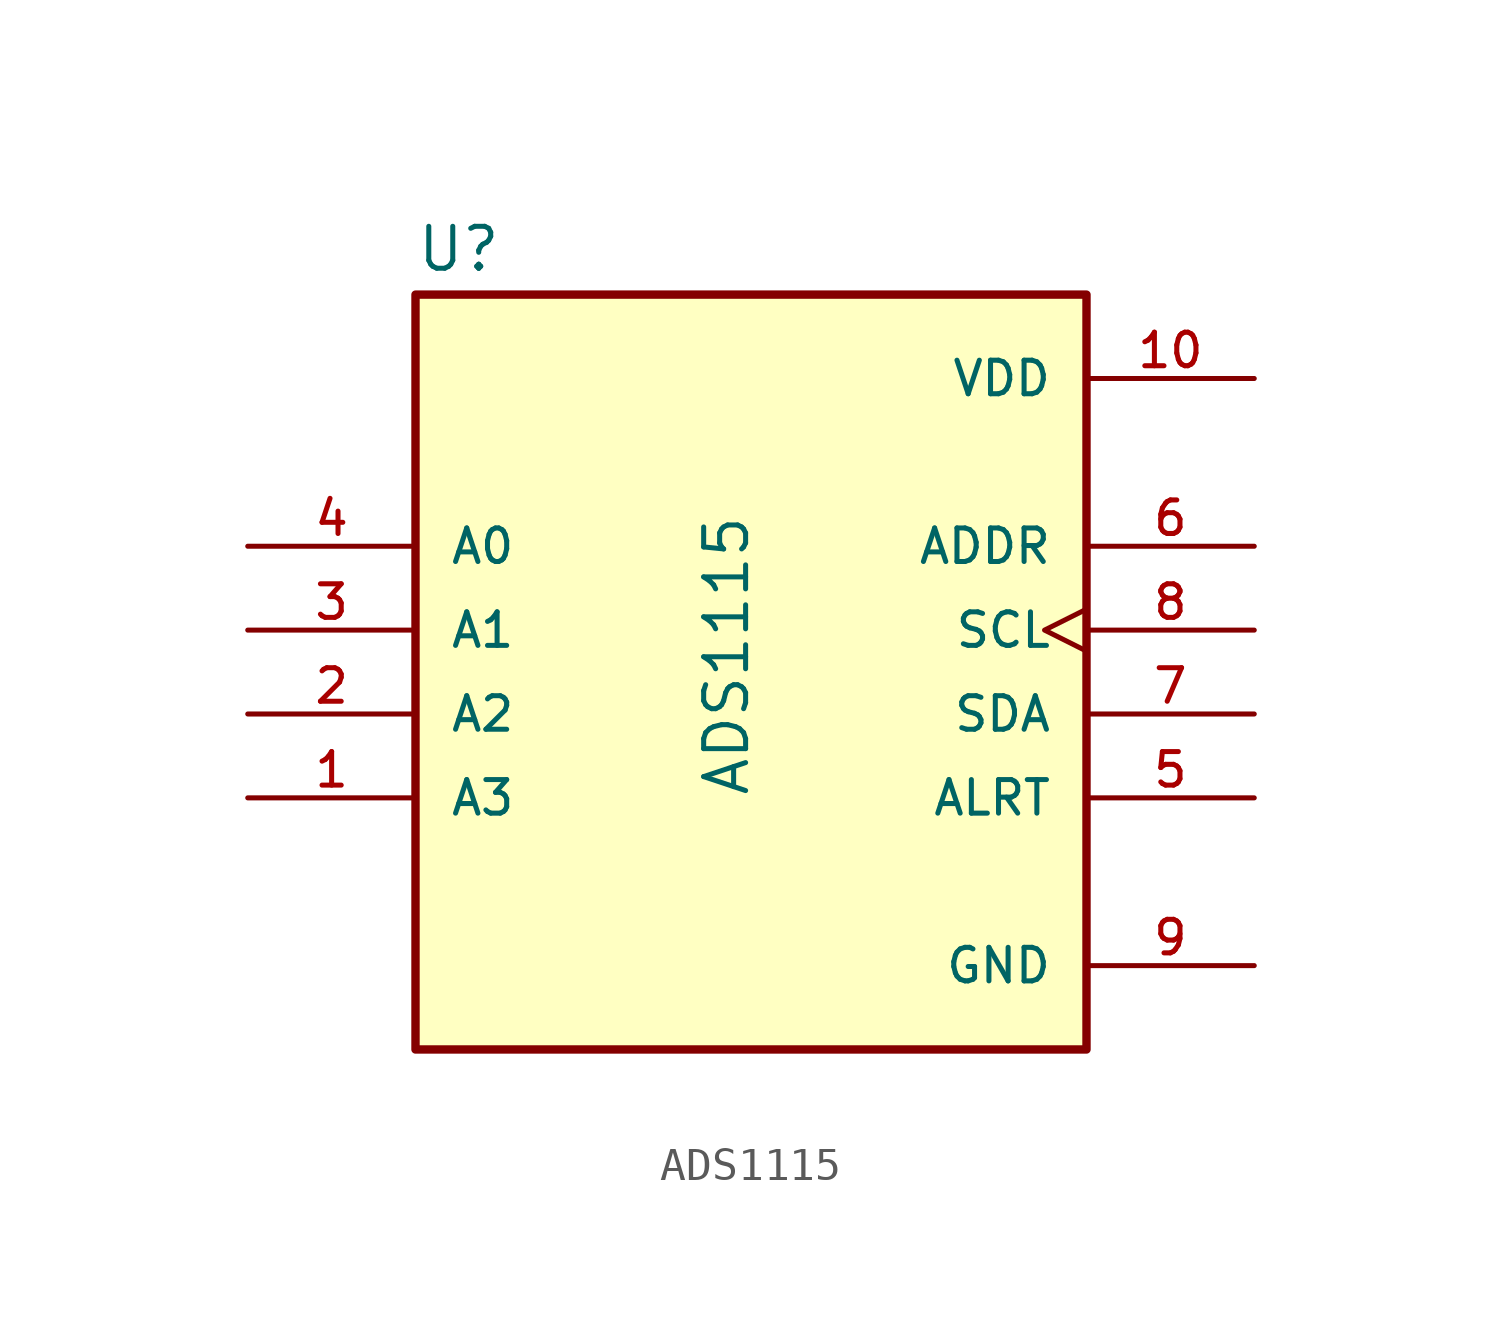
<source format=kicad_sym>
(kicad_symbol_lib
  (version 20211014)
  (generator kicad_symbol_editor)
  (symbol "ADS1115"
    (pin_names
      (offset 1.016))
    (property "Reference" "U"
      (at -10.16 10.795 0)
      (effects (font (size 1.27 1.27)) (justify left bottom)))
    (property "Value" "ADS1115"
      (at 0 -5.08 90)
      (effects (font (size 1.27 1.27)) (justify left bottom)))
    (symbol "ADS1115_0_0"
      (rectangle (start -10.16 -12.7) (end 10.16 10.16) (stroke (width 0.254) (type default) (color 0 0 0 0)) (fill (type background)))
      (pin input line (at -15.24 -5.08 0) (length 5.08) (name "A3" (effects (font (size 1.016 1.016)))) (number "1" (effects (font (size 1.016 1.016)))))
      (pin power_in line (at 15.24 7.62 180) (length 5.08) (name "VDD" (effects (font (size 1.016 1.016)))) (number "10" (effects (font (size 1.016 1.016)))))
      (pin input line (at -15.24 -2.54 0) (length 5.08) (name "A2" (effects (font (size 1.016 1.016)))) (number "2" (effects (font (size 1.016 1.016)))))
      (pin input line (at -15.24 0 0) (length 5.08) (name "A1" (effects (font (size 1.016 1.016)))) (number "3" (effects (font (size 1.016 1.016)))))
      (pin input line (at -15.24 2.54 0) (length 5.08) (name "A0" (effects (font (size 1.016 1.016)))) (number "4" (effects (font (size 1.016 1.016)))))
      (pin output line (at 15.24 -5.08 180) (length 5.08) (name "ALRT" (effects (font (size 1.016 1.016)))) (number "5" (effects (font (size 1.016 1.016)))))
      (pin input line (at 15.24 2.54 180) (length 5.08) (name "ADDR" (effects (font (size 1.016 1.016)))) (number "6" (effects (font (size 1.016 1.016)))))
      (pin bidirectional line (at 15.24 -2.54 180) (length 5.08) (name "SDA" (effects (font (size 1.016 1.016)))) (number "7" (effects (font (size 1.016 1.016)))))
      (pin input clock (at 15.24 0 180) (length 5.08) (name "SCL" (effects (font (size 1.016 1.016)))) (number "8" (effects (font (size 1.016 1.016)))))
      (pin power_in line (at 15.24 -10.16 180) (length 5.08) (name "GND" (effects (font (size 1.016 1.016)))) (number "9" (effects (font (size 1.016 1.016))))))))
</source>
